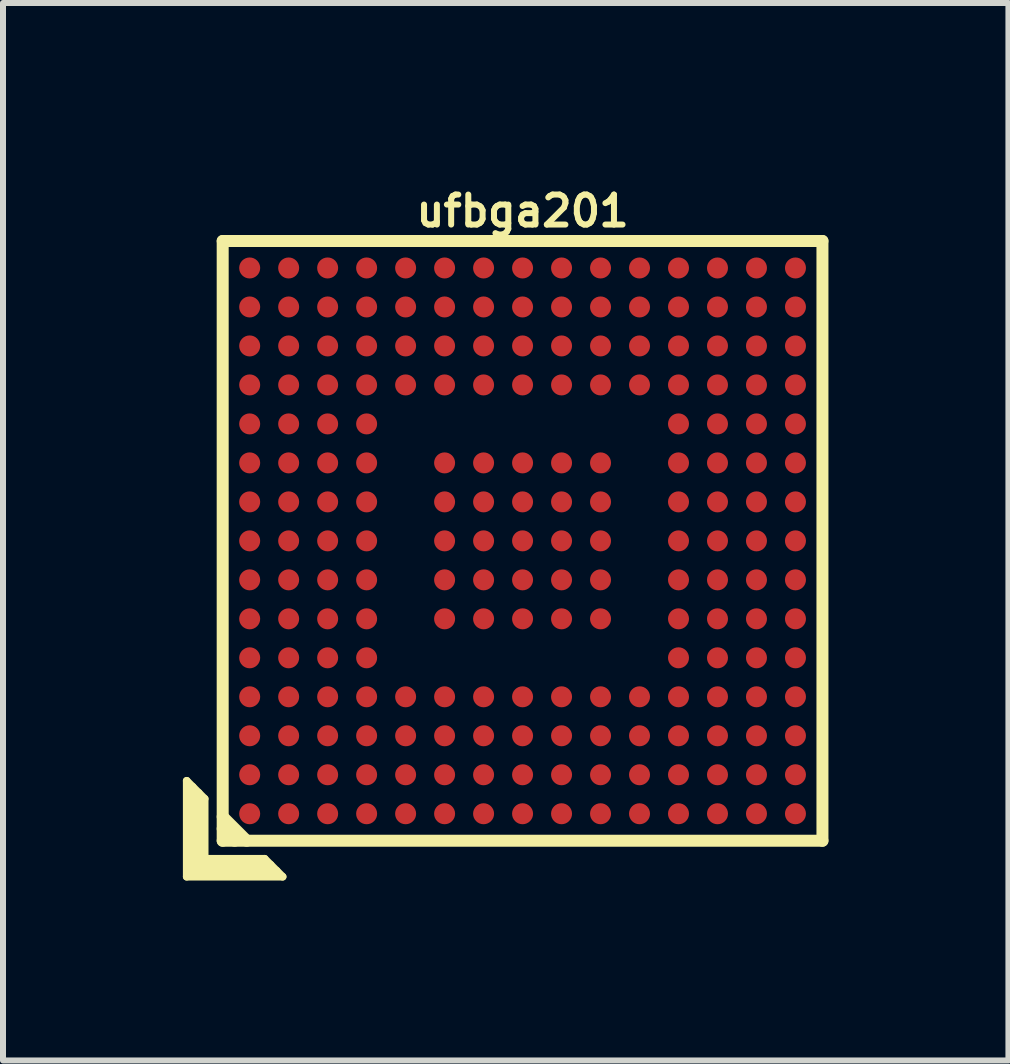
<source format=kicad_pcb>
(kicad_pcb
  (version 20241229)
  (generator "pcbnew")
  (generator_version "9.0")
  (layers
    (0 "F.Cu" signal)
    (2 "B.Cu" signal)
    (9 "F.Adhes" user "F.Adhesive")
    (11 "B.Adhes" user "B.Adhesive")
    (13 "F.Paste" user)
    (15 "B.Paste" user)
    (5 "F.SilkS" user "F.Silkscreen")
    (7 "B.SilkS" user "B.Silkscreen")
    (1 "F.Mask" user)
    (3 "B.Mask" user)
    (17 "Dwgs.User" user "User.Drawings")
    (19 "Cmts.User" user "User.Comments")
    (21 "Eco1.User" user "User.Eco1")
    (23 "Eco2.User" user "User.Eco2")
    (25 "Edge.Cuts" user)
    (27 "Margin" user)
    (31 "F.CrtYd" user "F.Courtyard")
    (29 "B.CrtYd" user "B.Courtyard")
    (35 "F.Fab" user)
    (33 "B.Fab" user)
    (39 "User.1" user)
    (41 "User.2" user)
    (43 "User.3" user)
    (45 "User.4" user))
  (footprint "ufbga201"
    (layer "F.Cu")
    (at 5.663 5.968)
    (property "Reference" "ufbga201" (at 0 -5.5 0) (layer "F.SilkS") (effects (font (size 0.5 0.5) (thickness 0.1))))
    (attr smd)
    (fp_line (start -5.6 4) (end -5.3 4.3) (stroke (width 0.127) (type solid)) (layer "F.SilkS"))
    (fp_line (start -5.6 5.6) (end -5.6 4) (stroke (width 0.127) (type solid)) (layer "F.SilkS"))
    (fp_line (start -5.5 4.1) (end -5.5 5.5) (stroke (width 0.127) (type solid)) (layer "F.SilkS"))
    (fp_line (start -5.5 5.5) (end -4.1 5.5) (stroke (width 0.127) (type solid)) (layer "F.SilkS"))
    (fp_line (start -5.4 5.4) (end -5.4 4.2) (stroke (width 0.127) (type solid)) (layer "F.SilkS"))
    (fp_line (start -5.3 4.3) (end -5.3 5.3) (stroke (width 0.127) (type solid)) (layer "F.SilkS"))
    (fp_line (start -5.3 5.3) (end -4.3 5.3) (stroke (width 0.127) (type solid)) (layer "F.SilkS"))
    (fp_line (start -5 -5) (end -5 5) (stroke (width 0.2) (type solid)) (layer "F.SilkS"))
    (fp_line (start -5 4.6) (end -4.6 5) (stroke (width 0.2) (type solid)) (layer "F.SilkS"))
    (fp_line (start -5 5) (end 5 5) (stroke (width 0.2) (type solid)) (layer "F.SilkS"))
    (fp_line (start -4.8 5) (end -5 4.8) (stroke (width 0.2) (type solid)) (layer "F.SilkS"))
    (fp_line (start -4.3 5.3) (end -4 5.6) (stroke (width 0.127) (type solid)) (layer "F.SilkS"))
    (fp_line (start -4.2 5.4) (end -5.4 5.4) (stroke (width 0.127) (type solid)) (layer "F.SilkS"))
    (fp_line (start -4 5.6) (end -5.6 5.6) (stroke (width 0.127) (type solid)) (layer "F.SilkS"))
    (fp_line (start 5 -5) (end -5 -5) (stroke (width 0.2) (type solid)) (layer "F.SilkS"))
    (fp_line (start 5 5) (end 5 -5) (stroke (width 0.2) (type solid)) (layer "F.SilkS"))
    (pad "A1" smd circle (at -4.55 4.55) (size 0.35 0.35) (layers "F.Cu" "F.Mask" "F.Paste"))
    (pad "A2" smd circle (at -4.55 3.9) (size 0.35 0.35) (layers "F.Cu" "F.Mask" "F.Paste"))
    (pad "A3" smd circle (at -4.55 3.25) (size 0.35 0.35) (layers "F.Cu" "F.Mask" "F.Paste"))
    (pad "A4" smd circle (at -4.55 2.6) (size 0.35 0.35) (layers "F.Cu" "F.Mask" "F.Paste"))
    (pad "A5" smd circle (at -4.55 1.95) (size 0.35 0.35) (layers "F.Cu" "F.Mask" "F.Paste"))
    (pad "A6" smd circle (at -4.55 1.3) (size 0.35 0.35) (layers "F.Cu" "F.Mask" "F.Paste"))
    (pad "A7" smd circle (at -4.55 0.65) (size 0.35 0.35) (layers "F.Cu" "F.Mask" "F.Paste"))
    (pad "A8" smd circle (at -4.55 0) (size 0.35 0.35) (layers "F.Cu" "F.Mask" "F.Paste"))
    (pad "A9" smd circle (at -4.55 -0.65) (size 0.35 0.35) (layers "F.Cu" "F.Mask" "F.Paste"))
    (pad "A10" smd circle (at -4.55 -1.3) (size 0.35 0.35) (layers "F.Cu" "F.Mask" "F.Paste"))
    (pad "A11" smd circle (at -4.55 -1.95) (size 0.35 0.35) (layers "F.Cu" "F.Mask" "F.Paste"))
    (pad "A12" smd circle (at -4.55 -2.6) (size 0.35 0.35) (layers "F.Cu" "F.Mask" "F.Paste"))
    (pad "A13" smd circle (at -4.55 -3.25) (size 0.35 0.35) (layers "F.Cu" "F.Mask" "F.Paste"))
    (pad "A14" smd circle (at -4.55 -3.9) (size 0.35 0.35) (layers "F.Cu" "F.Mask" "F.Paste"))
    (pad "A15" smd circle (at -4.55 -4.55) (size 0.35 0.35) (layers "F.Cu" "F.Mask" "F.Paste"))
    (pad "B1" smd circle (at -3.9 4.55) (size 0.35 0.35) (layers "F.Cu" "F.Mask" "F.Paste"))
    (pad "B2" smd circle (at -3.9 3.9) (size 0.35 0.35) (layers "F.Cu" "F.Mask" "F.Paste"))
    (pad "B3" smd circle (at -3.9 3.25) (size 0.35 0.35) (layers "F.Cu" "F.Mask" "F.Paste"))
    (pad "B4" smd circle (at -3.9 2.6) (size 0.35 0.35) (layers "F.Cu" "F.Mask" "F.Paste"))
    (pad "B5" smd circle (at -3.9 1.95) (size 0.35 0.35) (layers "F.Cu" "F.Mask" "F.Paste"))
    (pad "B6" smd circle (at -3.9 1.3) (size 0.35 0.35) (layers "F.Cu" "F.Mask" "F.Paste"))
    (pad "B7" smd circle (at -3.9 0.65) (size 0.35 0.35) (layers "F.Cu" "F.Mask" "F.Paste"))
    (pad "B8" smd circle (at -3.9 0) (size 0.35 0.35) (layers "F.Cu" "F.Mask" "F.Paste"))
    (pad "B9" smd circle (at -3.9 -0.65) (size 0.35 0.35) (layers "F.Cu" "F.Mask" "F.Paste"))
    (pad "B10" smd circle (at -3.9 -1.3) (size 0.35 0.35) (layers "F.Cu" "F.Mask" "F.Paste"))
    (pad "B11" smd circle (at -3.9 -1.95) (size 0.35 0.35) (layers "F.Cu" "F.Mask" "F.Paste"))
    (pad "B12" smd circle (at -3.9 -2.6) (size 0.35 0.35) (layers "F.Cu" "F.Mask" "F.Paste"))
    (pad "B13" smd circle (at -3.9 -3.25) (size 0.35 0.35) (layers "F.Cu" "F.Mask" "F.Paste"))
    (pad "B14" smd circle (at -3.9 -3.9) (size 0.35 0.35) (layers "F.Cu" "F.Mask" "F.Paste"))
    (pad "B15" smd circle (at -3.9 -4.55) (size 0.35 0.35) (layers "F.Cu" "F.Mask" "F.Paste"))
    (pad "C1" smd circle (at -3.25 4.55) (size 0.35 0.35) (layers "F.Cu" "F.Mask" "F.Paste"))
    (pad "C2" smd circle (at -3.25 3.9) (size 0.35 0.35) (layers "F.Cu" "F.Mask" "F.Paste"))
    (pad "C3" smd circle (at -3.25 3.25) (size 0.35 0.35) (layers "F.Cu" "F.Mask" "F.Paste"))
    (pad "C4" smd circle (at -3.25 2.6) (size 0.35 0.35) (layers "F.Cu" "F.Mask" "F.Paste"))
    (pad "C5" smd circle (at -3.25 1.95) (size 0.35 0.35) (layers "F.Cu" "F.Mask" "F.Paste"))
    (pad "C6" smd circle (at -3.25 1.3) (size 0.35 0.35) (layers "F.Cu" "F.Mask" "F.Paste"))
    (pad "C7" smd circle (at -3.25 0.65) (size 0.35 0.35) (layers "F.Cu" "F.Mask" "F.Paste"))
    (pad "C8" smd circle (at -3.25 0) (size 0.35 0.35) (layers "F.Cu" "F.Mask" "F.Paste"))
    (pad "C9" smd circle (at -3.25 -0.65) (size 0.35 0.35) (layers "F.Cu" "F.Mask" "F.Paste"))
    (pad "C10" smd circle (at -3.25 -1.3) (size 0.35 0.35) (layers "F.Cu" "F.Mask" "F.Paste"))
    (pad "C11" smd circle (at -3.25 -1.95) (size 0.35 0.35) (layers "F.Cu" "F.Mask" "F.Paste"))
    (pad "C12" smd circle (at -3.25 -2.6) (size 0.35 0.35) (layers "F.Cu" "F.Mask" "F.Paste"))
    (pad "C13" smd circle (at -3.25 -3.25) (size 0.35 0.35) (layers "F.Cu" "F.Mask" "F.Paste"))
    (pad "C14" smd circle (at -3.25 -3.9) (size 0.35 0.35) (layers "F.Cu" "F.Mask" "F.Paste"))
    (pad "C15" smd circle (at -3.25 -4.55) (size 0.35 0.35) (layers "F.Cu" "F.Mask" "F.Paste"))
    (pad "D1" smd circle (at -2.6 4.55) (size 0.35 0.35) (layers "F.Cu" "F.Mask" "F.Paste"))
    (pad "D2" smd circle (at -2.6 3.9) (size 0.35 0.35) (layers "F.Cu" "F.Mask" "F.Paste"))
    (pad "D3" smd circle (at -2.6 3.25) (size 0.35 0.35) (layers "F.Cu" "F.Mask" "F.Paste"))
    (pad "D4" smd circle (at -2.6 2.6) (size 0.35 0.35) (layers "F.Cu" "F.Mask" "F.Paste"))
    (pad "D5" smd circle (at -2.6 1.95) (size 0.35 0.35) (layers "F.Cu" "F.Mask" "F.Paste"))
    (pad "D6" smd circle (at -2.6 1.3) (size 0.35 0.35) (layers "F.Cu" "F.Mask" "F.Paste"))
    (pad "D7" smd circle (at -2.6 0.65) (size 0.35 0.35) (layers "F.Cu" "F.Mask" "F.Paste"))
    (pad "D8" smd circle (at -2.6 0) (size 0.35 0.35) (layers "F.Cu" "F.Mask" "F.Paste"))
    (pad "D9" smd circle (at -2.6 -0.65) (size 0.35 0.35) (layers "F.Cu" "F.Mask" "F.Paste"))
    (pad "D10" smd circle (at -2.6 -1.3) (size 0.35 0.35) (layers "F.Cu" "F.Mask" "F.Paste"))
    (pad "D11" smd circle (at -2.6 -1.95) (size 0.35 0.35) (layers "F.Cu" "F.Mask" "F.Paste"))
    (pad "D12" smd circle (at -2.6 -2.6) (size 0.35 0.35) (layers "F.Cu" "F.Mask" "F.Paste"))
    (pad "D13" smd circle (at -2.6 -3.25) (size 0.35 0.35) (layers "F.Cu" "F.Mask" "F.Paste"))
    (pad "D14" smd circle (at -2.6 -3.9) (size 0.35 0.35) (layers "F.Cu" "F.Mask" "F.Paste"))
    (pad "D15" smd circle (at -2.6 -4.55) (size 0.35 0.35) (layers "F.Cu" "F.Mask" "F.Paste"))
    (pad "E1" smd circle (at -1.95 4.55) (size 0.35 0.35) (layers "F.Cu" "F.Mask" "F.Paste"))
    (pad "E2" smd circle (at -1.95 3.9) (size 0.35 0.35) (layers "F.Cu" "F.Mask" "F.Paste"))
    (pad "E3" smd circle (at -1.95 3.25) (size 0.35 0.35) (layers "F.Cu" "F.Mask" "F.Paste"))
    (pad "E4" smd circle (at -1.95 2.6) (size 0.35 0.35) (layers "F.Cu" "F.Mask" "F.Paste"))
    (pad "E12" smd circle (at -1.95 -2.6) (size 0.35 0.35) (layers "F.Cu" "F.Mask" "F.Paste"))
    (pad "E13" smd circle (at -1.95 -3.25) (size 0.35 0.35) (layers "F.Cu" "F.Mask" "F.Paste"))
    (pad "E14" smd circle (at -1.95 -3.9) (size 0.35 0.35) (layers "F.Cu" "F.Mask" "F.Paste"))
    (pad "E15" smd circle (at -1.95 -4.55) (size 0.35 0.35) (layers "F.Cu" "F.Mask" "F.Paste"))
    (pad "F1" smd circle (at -1.3 4.55) (size 0.35 0.35) (layers "F.Cu" "F.Mask" "F.Paste"))
    (pad "F2" smd circle (at -1.3 3.9) (size 0.35 0.35) (layers "F.Cu" "F.Mask" "F.Paste"))
    (pad "F3" smd circle (at -1.3 3.25) (size 0.35 0.35) (layers "F.Cu" "F.Mask" "F.Paste"))
    (pad "F4" smd circle (at -1.3 2.6) (size 0.35 0.35) (layers "F.Cu" "F.Mask" "F.Paste"))
    (pad "F6" smd circle (at -1.3 1.3) (size 0.35 0.35) (layers "F.Cu" "F.Mask" "F.Paste"))
    (pad "F7" smd circle (at -1.3 0.65) (size 0.35 0.35) (layers "F.Cu" "F.Mask" "F.Paste"))
    (pad "F8" smd circle (at -1.3 0) (size 0.35 0.35) (layers "F.Cu" "F.Mask" "F.Paste"))
    (pad "F9" smd circle (at -1.3 -0.65) (size 0.35 0.35) (layers "F.Cu" "F.Mask" "F.Paste"))
    (pad "F10" smd circle (at -1.3 -1.3) (size 0.35 0.35) (layers "F.Cu" "F.Mask" "F.Paste"))
    (pad "F12" smd circle (at -1.3 -2.6) (size 0.35 0.35) (layers "F.Cu" "F.Mask" "F.Paste"))
    (pad "F13" smd circle (at -1.3 -3.25) (size 0.35 0.35) (layers "F.Cu" "F.Mask" "F.Paste"))
    (pad "F14" smd circle (at -1.3 -3.9) (size 0.35 0.35) (layers "F.Cu" "F.Mask" "F.Paste"))
    (pad "F15" smd circle (at -1.3 -4.55) (size 0.35 0.35) (layers "F.Cu" "F.Mask" "F.Paste"))
    (pad "G1" smd circle (at -0.65 4.55) (size 0.35 0.35) (layers "F.Cu" "F.Mask" "F.Paste"))
    (pad "G2" smd circle (at -0.65 3.9) (size 0.35 0.35) (layers "F.Cu" "F.Mask" "F.Paste"))
    (pad "G3" smd circle (at -0.65 3.25) (size 0.35 0.35) (layers "F.Cu" "F.Mask" "F.Paste"))
    (pad "G4" smd circle (at -0.65 2.6) (size 0.35 0.35) (layers "F.Cu" "F.Mask" "F.Paste"))
    (pad "G6" smd circle (at -0.65 1.3) (size 0.35 0.35) (layers "F.Cu" "F.Mask" "F.Paste"))
    (pad "G7" smd circle (at -0.65 0.65) (size 0.35 0.35) (layers "F.Cu" "F.Mask" "F.Paste"))
    (pad "G8" smd circle (at -0.65 0) (size 0.35 0.35) (layers "F.Cu" "F.Mask" "F.Paste"))
    (pad "G9" smd circle (at -0.65 -0.65) (size 0.35 0.35) (layers "F.Cu" "F.Mask" "F.Paste"))
    (pad "G10" smd circle (at -0.65 -1.3) (size 0.35 0.35) (layers "F.Cu" "F.Mask" "F.Paste"))
    (pad "G12" smd circle (at -0.65 -2.6) (size 0.35 0.35) (layers "F.Cu" "F.Mask" "F.Paste"))
    (pad "G13" smd circle (at -0.65 -3.25) (size 0.35 0.35) (layers "F.Cu" "F.Mask" "F.Paste"))
    (pad "G14" smd circle (at -0.65 -3.9) (size 0.35 0.35) (layers "F.Cu" "F.Mask" "F.Paste"))
    (pad "G15" smd circle (at -0.65 -4.55) (size 0.35 0.35) (layers "F.Cu" "F.Mask" "F.Paste"))
    (pad "H1" smd circle (at 0 4.55) (size 0.35 0.35) (layers "F.Cu" "F.Mask" "F.Paste"))
    (pad "H2" smd circle (at 0 3.9) (size 0.35 0.35) (layers "F.Cu" "F.Mask" "F.Paste"))
    (pad "H3" smd circle (at 0 3.25) (size 0.35 0.35) (layers "F.Cu" "F.Mask" "F.Paste"))
    (pad "H4" smd circle (at 0 2.6) (size 0.35 0.35) (layers "F.Cu" "F.Mask" "F.Paste"))
    (pad "H6" smd circle (at 0 1.3) (size 0.35 0.35) (layers "F.Cu" "F.Mask" "F.Paste"))
    (pad "H7" smd circle (at 0 0.65) (size 0.35 0.35) (layers "F.Cu" "F.Mask" "F.Paste"))
    (pad "H8" smd circle (at 0 0) (size 0.35 0.35) (layers "F.Cu" "F.Mask" "F.Paste"))
    (pad "H9" smd circle (at 0 -0.65) (size 0.35 0.35) (layers "F.Cu" "F.Mask" "F.Paste"))
    (pad "H10" smd circle (at 0 -1.3) (size 0.35 0.35) (layers "F.Cu" "F.Mask" "F.Paste"))
    (pad "H12" smd circle (at 0 -2.6) (size 0.35 0.35) (layers "F.Cu" "F.Mask" "F.Paste"))
    (pad "H13" smd circle (at 0 -3.25) (size 0.35 0.35) (layers "F.Cu" "F.Mask" "F.Paste"))
    (pad "H14" smd circle (at 0 -3.9) (size 0.35 0.35) (layers "F.Cu" "F.Mask" "F.Paste"))
    (pad "H15" smd circle (at 0 -4.55) (size 0.35 0.35) (layers "F.Cu" "F.Mask" "F.Paste"))
    (pad "J1" smd circle (at 0.65 4.55) (size 0.35 0.35) (layers "F.Cu" "F.Mask" "F.Paste"))
    (pad "J2" smd circle (at 0.65 3.9) (size 0.35 0.35) (layers "F.Cu" "F.Mask" "F.Paste"))
    (pad "J3" smd circle (at 0.65 3.25) (size 0.35 0.35) (layers "F.Cu" "F.Mask" "F.Paste"))
    (pad "J4" smd circle (at 0.65 2.6) (size 0.35 0.35) (layers "F.Cu" "F.Mask" "F.Paste"))
    (pad "J6" smd circle (at 0.65 1.3) (size 0.35 0.35) (layers "F.Cu" "F.Mask" "F.Paste"))
    (pad "J7" smd circle (at 0.65 0.65) (size 0.35 0.35) (layers "F.Cu" "F.Mask" "F.Paste"))
    (pad "J8" smd circle (at 0.65 0) (size 0.35 0.35) (layers "F.Cu" "F.Mask" "F.Paste"))
    (pad "J9" smd circle (at 0.65 -0.65) (size 0.35 0.35) (layers "F.Cu" "F.Mask" "F.Paste"))
    (pad "J10" smd circle (at 0.65 -1.3) (size 0.35 0.35) (layers "F.Cu" "F.Mask" "F.Paste"))
    (pad "J12" smd circle (at 0.65 -2.6) (size 0.35 0.35) (layers "F.Cu" "F.Mask" "F.Paste"))
    (pad "J13" smd circle (at 0.65 -3.25) (size 0.35 0.35) (layers "F.Cu" "F.Mask" "F.Paste"))
    (pad "J14" smd circle (at 0.65 -3.9) (size 0.35 0.35) (layers "F.Cu" "F.Mask" "F.Paste"))
    (pad "J15" smd circle (at 0.65 -4.55) (size 0.35 0.35) (layers "F.Cu" "F.Mask" "F.Paste"))
    (pad "K1" smd circle (at 1.3 4.55) (size 0.35 0.35) (layers "F.Cu" "F.Mask" "F.Paste"))
    (pad "K2" smd circle (at 1.3 3.9) (size 0.35 0.35) (layers "F.Cu" "F.Mask" "F.Paste"))
    (pad "K3" smd circle (at 1.3 3.25) (size 0.35 0.35) (layers "F.Cu" "F.Mask" "F.Paste"))
    (pad "K4" smd circle (at 1.3 2.6) (size 0.35 0.35) (layers "F.Cu" "F.Mask" "F.Paste"))
    (pad "K6" smd circle (at 1.3 1.3) (size 0.35 0.35) (layers "F.Cu" "F.Mask" "F.Paste"))
    (pad "K7" smd circle (at 1.3 0.65) (size 0.35 0.35) (layers "F.Cu" "F.Mask" "F.Paste"))
    (pad "K8" smd circle (at 1.3 0) (size 0.35 0.35) (layers "F.Cu" "F.Mask" "F.Paste"))
    (pad "K9" smd circle (at 1.3 -0.65) (size 0.35 0.35) (layers "F.Cu" "F.Mask" "F.Paste"))
    (pad "K10" smd circle (at 1.3 -1.3) (size 0.35 0.35) (layers "F.Cu" "F.Mask" "F.Paste"))
    (pad "K12" smd circle (at 1.3 -2.6) (size 0.35 0.35) (layers "F.Cu" "F.Mask" "F.Paste"))
    (pad "K13" smd circle (at 1.3 -3.25) (size 0.35 0.35) (layers "F.Cu" "F.Mask" "F.Paste"))
    (pad "K14" smd circle (at 1.3 -3.9) (size 0.35 0.35) (layers "F.Cu" "F.Mask" "F.Paste"))
    (pad "K15" smd circle (at 1.3 -4.55) (size 0.35 0.35) (layers "F.Cu" "F.Mask" "F.Paste"))
    (pad "L1" smd circle (at 1.95 4.55) (size 0.35 0.35) (layers "F.Cu" "F.Mask" "F.Paste"))
    (pad "L2" smd circle (at 1.95 3.9) (size 0.35 0.35) (layers "F.Cu" "F.Mask" "F.Paste"))
    (pad "L3" smd circle (at 1.95 3.25) (size 0.35 0.35) (layers "F.Cu" "F.Mask" "F.Paste"))
    (pad "L4" smd circle (at 1.95 2.6) (size 0.35 0.35) (layers "F.Cu" "F.Mask" "F.Paste"))
    (pad "L12" smd circle (at 1.95 -2.6) (size 0.35 0.35) (layers "F.Cu" "F.Mask" "F.Paste"))
    (pad "L13" smd circle (at 1.95 -3.25) (size 0.35 0.35) (layers "F.Cu" "F.Mask" "F.Paste"))
    (pad "L14" smd circle (at 1.95 -3.9) (size 0.35 0.35) (layers "F.Cu" "F.Mask" "F.Paste"))
    (pad "L15" smd circle (at 1.95 -4.55) (size 0.35 0.35) (layers "F.Cu" "F.Mask" "F.Paste"))
    (pad "M1" smd circle (at 2.6 4.55) (size 0.35 0.35) (layers "F.Cu" "F.Mask" "F.Paste"))
    (pad "M2" smd circle (at 2.6 3.9) (size 0.35 0.35) (layers "F.Cu" "F.Mask" "F.Paste"))
    (pad "M3" smd circle (at 2.6 3.25) (size 0.35 0.35) (layers "F.Cu" "F.Mask" "F.Paste"))
    (pad "M4" smd circle (at 2.6 2.6) (size 0.35 0.35) (layers "F.Cu" "F.Mask" "F.Paste"))
    (pad "M5" smd circle (at 2.6 1.95) (size 0.35 0.35) (layers "F.Cu" "F.Mask" "F.Paste"))
    (pad "M6" smd circle (at 2.6 1.3) (size 0.35 0.35) (layers "F.Cu" "F.Mask" "F.Paste"))
    (pad "M7" smd circle (at 2.6 0.65) (size 0.35 0.35) (layers "F.Cu" "F.Mask" "F.Paste"))
    (pad "M8" smd circle (at 2.6 0) (size 0.35 0.35) (layers "F.Cu" "F.Mask" "F.Paste"))
    (pad "M9" smd circle (at 2.6 -0.65) (size 0.35 0.35) (layers "F.Cu" "F.Mask" "F.Paste"))
    (pad "M10" smd circle (at 2.6 -1.3) (size 0.35 0.35) (layers "F.Cu" "F.Mask" "F.Paste"))
    (pad "M11" smd circle (at 2.6 -1.95) (size 0.35 0.35) (layers "F.Cu" "F.Mask" "F.Paste"))
    (pad "M12" smd circle (at 2.6 -2.6) (size 0.35 0.35) (layers "F.Cu" "F.Mask" "F.Paste"))
    (pad "M13" smd circle (at 2.6 -3.25) (size 0.35 0.35) (layers "F.Cu" "F.Mask" "F.Paste"))
    (pad "M14" smd circle (at 2.6 -3.9) (size 0.35 0.35) (layers "F.Cu" "F.Mask" "F.Paste"))
    (pad "M15" smd circle (at 2.6 -4.55) (size 0.35 0.35) (layers "F.Cu" "F.Mask" "F.Paste"))
    (pad "N1" smd circle (at 3.25 4.55) (size 0.35 0.35) (layers "F.Cu" "F.Mask" "F.Paste"))
    (pad "N2" smd circle (at 3.25 3.9) (size 0.35 0.35) (layers "F.Cu" "F.Mask" "F.Paste"))
    (pad "N3" smd circle (at 3.25 3.25) (size 0.35 0.35) (layers "F.Cu" "F.Mask" "F.Paste"))
    (pad "N4" smd circle (at 3.25 2.6) (size 0.35 0.35) (layers "F.Cu" "F.Mask" "F.Paste"))
    (pad "N5" smd circle (at 3.25 1.95) (size 0.35 0.35) (layers "F.Cu" "F.Mask" "F.Paste"))
    (pad "N6" smd circle (at 3.25 1.3) (size 0.35 0.35) (layers "F.Cu" "F.Mask" "F.Paste"))
    (pad "N7" smd circle (at 3.25 0.65) (size 0.35 0.35) (layers "F.Cu" "F.Mask" "F.Paste"))
    (pad "N8" smd circle (at 3.25 0) (size 0.35 0.35) (layers "F.Cu" "F.Mask" "F.Paste"))
    (pad "N9" smd circle (at 3.25 -0.65) (size 0.35 0.35) (layers "F.Cu" "F.Mask" "F.Paste"))
    (pad "N10" smd circle (at 3.25 -1.3) (size 0.35 0.35) (layers "F.Cu" "F.Mask" "F.Paste"))
    (pad "N11" smd circle (at 3.25 -1.95) (size 0.35 0.35) (layers "F.Cu" "F.Mask" "F.Paste"))
    (pad "N12" smd circle (at 3.25 -2.6) (size 0.35 0.35) (layers "F.Cu" "F.Mask" "F.Paste"))
    (pad "N13" smd circle (at 3.25 -3.25) (size 0.35 0.35) (layers "F.Cu" "F.Mask" "F.Paste"))
    (pad "N14" smd circle (at 3.25 -3.9) (size 0.35 0.35) (layers "F.Cu" "F.Mask" "F.Paste"))
    (pad "N15" smd circle (at 3.25 -4.55) (size 0.35 0.35) (layers "F.Cu" "F.Mask" "F.Paste"))
    (pad "P1" smd circle (at 3.9 4.55) (size 0.35 0.35) (layers "F.Cu" "F.Mask" "F.Paste"))
    (pad "P2" smd circle (at 3.9 3.9) (size 0.35 0.35) (layers "F.Cu" "F.Mask" "F.Paste"))
    (pad "P3" smd circle (at 3.9 3.25) (size 0.35 0.35) (layers "F.Cu" "F.Mask" "F.Paste"))
    (pad "P4" smd circle (at 3.9 2.6) (size 0.35 0.35) (layers "F.Cu" "F.Mask" "F.Paste"))
    (pad "P5" smd circle (at 3.9 1.95) (size 0.35 0.35) (layers "F.Cu" "F.Mask" "F.Paste"))
    (pad "P6" smd circle (at 3.9 1.3) (size 0.35 0.35) (layers "F.Cu" "F.Mask" "F.Paste"))
    (pad "P7" smd circle (at 3.9 0.65) (size 0.35 0.35) (layers "F.Cu" "F.Mask" "F.Paste"))
    (pad "P8" smd circle (at 3.9 0) (size 0.35 0.35) (layers "F.Cu" "F.Mask" "F.Paste"))
    (pad "P9" smd circle (at 3.9 -0.65) (size 0.35 0.35) (layers "F.Cu" "F.Mask" "F.Paste"))
    (pad "P10" smd circle (at 3.9 -1.3) (size 0.35 0.35) (layers "F.Cu" "F.Mask" "F.Paste"))
    (pad "P11" smd circle (at 3.9 -1.95) (size 0.35 0.35) (layers "F.Cu" "F.Mask" "F.Paste"))
    (pad "P12" smd circle (at 3.9 -2.6) (size 0.35 0.35) (layers "F.Cu" "F.Mask" "F.Paste"))
    (pad "P13" smd circle (at 3.9 -3.25) (size 0.35 0.35) (layers "F.Cu" "F.Mask" "F.Paste"))
    (pad "P14" smd circle (at 3.9 -3.9) (size 0.35 0.35) (layers "F.Cu" "F.Mask" "F.Paste"))
    (pad "P15" smd circle (at 3.9 -4.55) (size 0.35 0.35) (layers "F.Cu" "F.Mask" "F.Paste"))
    (pad "R1" smd circle (at 4.55 4.55) (size 0.35 0.35) (layers "F.Cu" "F.Mask" "F.Paste"))
    (pad "R2" smd circle (at 4.55 3.9) (size 0.35 0.35) (layers "F.Cu" "F.Mask" "F.Paste"))
    (pad "R3" smd circle (at 4.55 3.25) (size 0.35 0.35) (layers "F.Cu" "F.Mask" "F.Paste"))
    (pad "R4" smd circle (at 4.55 2.6) (size 0.35 0.35) (layers "F.Cu" "F.Mask" "F.Paste"))
    (pad "R5" smd circle (at 4.55 1.95) (size 0.35 0.35) (layers "F.Cu" "F.Mask" "F.Paste"))
    (pad "R6" smd circle (at 4.55 1.3) (size 0.35 0.35) (layers "F.Cu" "F.Mask" "F.Paste"))
    (pad "R7" smd circle (at 4.55 0.65) (size 0.35 0.35) (layers "F.Cu" "F.Mask" "F.Paste"))
    (pad "R8" smd circle (at 4.55 0) (size 0.35 0.35) (layers "F.Cu" "F.Mask" "F.Paste"))
    (pad "R9" smd circle (at 4.55 -0.65) (size 0.35 0.35) (layers "F.Cu" "F.Mask" "F.Paste"))
    (pad "R10" smd circle (at 4.55 -1.3) (size 0.35 0.35) (layers "F.Cu" "F.Mask" "F.Paste"))
    (pad "R11" smd circle (at 4.55 -1.95) (size 0.35 0.35) (layers "F.Cu" "F.Mask" "F.Paste"))
    (pad "R12" smd circle (at 4.55 -2.6) (size 0.35 0.35) (layers "F.Cu" "F.Mask" "F.Paste"))
    (pad "R13" smd circle (at 4.55 -3.25) (size 0.35 0.35) (layers "F.Cu" "F.Mask" "F.Paste"))
    (pad "R14" smd circle (at 4.55 -3.9) (size 0.35 0.35) (layers "F.Cu" "F.Mask" "F.Paste"))
    (pad "R15" smd circle (at 4.55 -4.55) (size 0.35 0.35) (layers "F.Cu" "F.Mask" "F.Paste")))
  (gr_rect
    (start -3 -3)
    (end 13.764 14.632)
    (stroke (width 0.1) (type default))
    (fill no)
    (layer "Edge.Cuts")))
</source>
